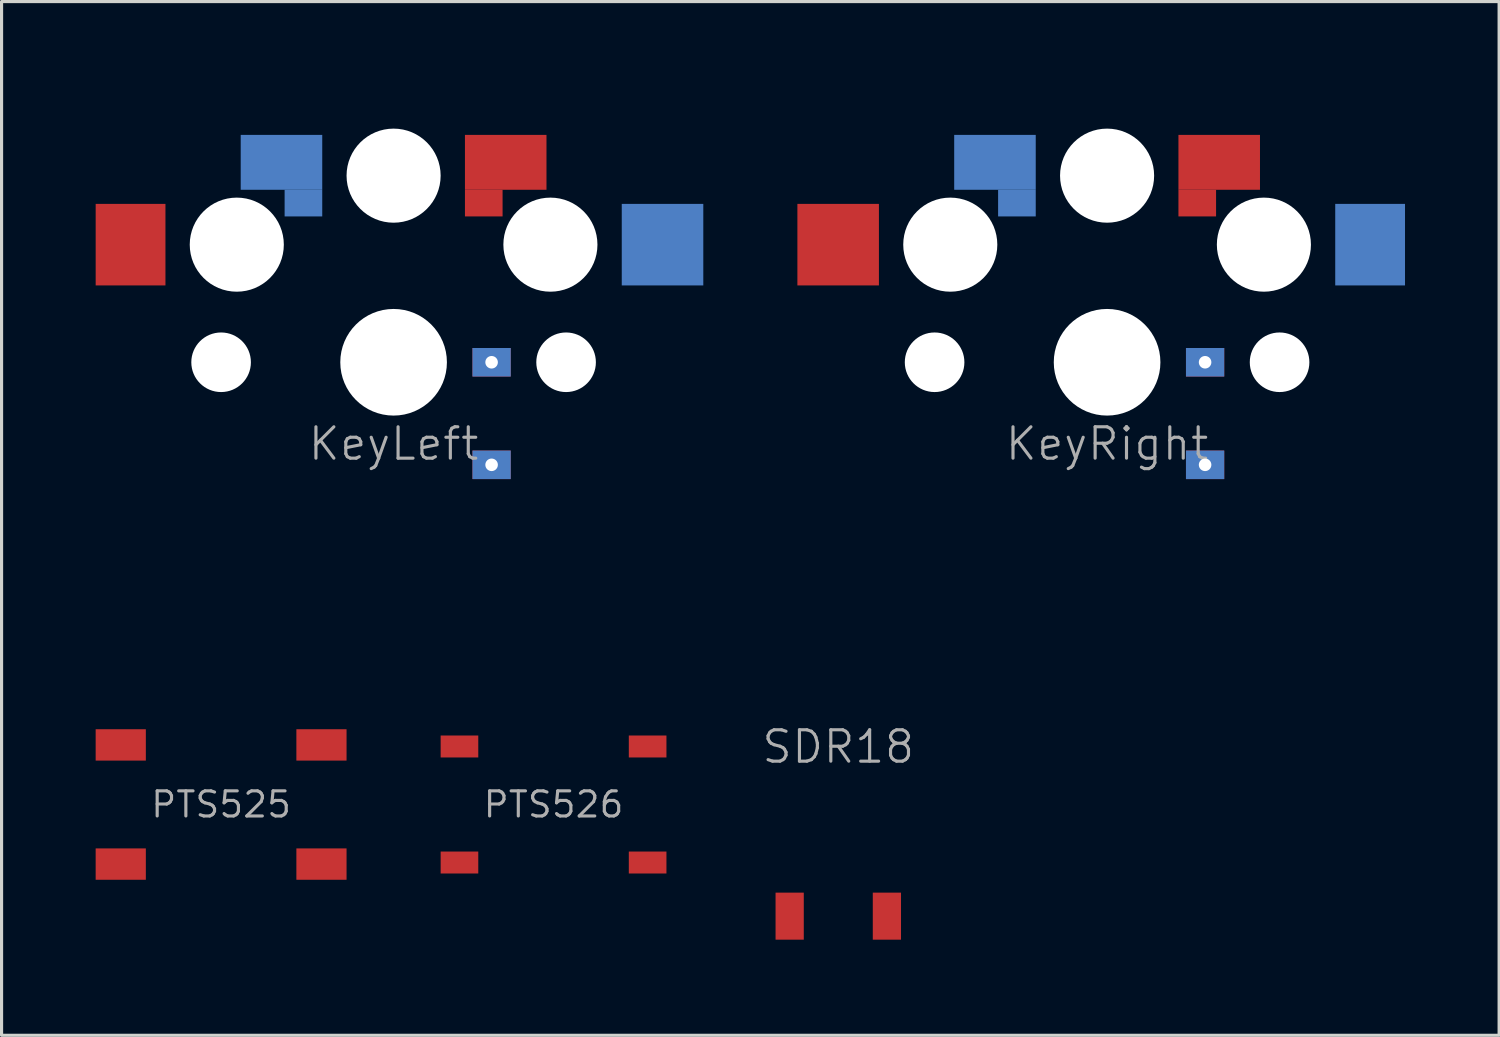
<source format=kicad_pcb>
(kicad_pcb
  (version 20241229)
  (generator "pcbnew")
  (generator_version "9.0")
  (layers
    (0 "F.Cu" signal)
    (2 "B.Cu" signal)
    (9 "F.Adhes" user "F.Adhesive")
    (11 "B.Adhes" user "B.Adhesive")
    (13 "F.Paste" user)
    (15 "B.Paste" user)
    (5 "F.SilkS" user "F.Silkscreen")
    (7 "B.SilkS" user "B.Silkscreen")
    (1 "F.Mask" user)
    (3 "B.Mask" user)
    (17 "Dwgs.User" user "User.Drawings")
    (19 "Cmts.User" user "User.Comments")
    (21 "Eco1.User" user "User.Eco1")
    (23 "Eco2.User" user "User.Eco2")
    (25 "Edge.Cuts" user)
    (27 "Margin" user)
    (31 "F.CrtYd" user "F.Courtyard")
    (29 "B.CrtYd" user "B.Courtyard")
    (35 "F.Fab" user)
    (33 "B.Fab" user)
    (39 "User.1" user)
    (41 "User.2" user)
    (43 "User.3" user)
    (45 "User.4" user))
  (footprint "PTS526"
    (layer "F.Cu")
    (at 14.6 22.602)
    (property "Reference" "PTS526" (at 0 0 0) (unlocked yes) (layer "F.Fab") (effects (font (size 0.8 0.8) (thickness 0.1))))
    (attr smd)
    (fp_rect (start -2.6 -2.6) (end 2.6 2.6) (stroke (width 0.001) (type default)) (fill no) (layer "F.Fab"))
    (pad "1" smd rect (at -3 -1.85) (size 1.2 0.7) (layers "F.Cu" "F.Mask" "F.Paste"))
    (pad "2" smd rect (at 3 -1.85) (size 1.2 0.7) (layers "F.Cu" "F.Mask" "F.Paste"))
    (pad "3" smd rect (at -3 1.85) (size 1.2 0.7) (layers "F.Cu" "F.Mask" "F.Paste"))
    (pad "4" smd rect (at 3 1.85) (size 1.2 0.7) (layers "F.Cu" "F.Mask" "F.Paste")))
  (footprint "SDR18"
    (layer "F.Cu")
    (at 23.679 26.162)
    (property "Reference" "SDR18" (at 0 -5.4 0) (unlocked yes) (layer "F.Fab") (effects (font (size 1 1) (thickness 0.1))))
    (attr smd)
    (fp_rect (start -1.6 -0.8) (end 1.6 0.8) (stroke (width 0.0001) (type default)) (fill no) (layer "F.Fab"))
    (pad "1" smd rect (at -1.55 0) (size 0.9 1.5) (layers "F.Cu" "F.Mask" "F.Paste"))
    (pad "2" smd rect (at 1.55 0) (size 0.9 1.5) (layers "F.Cu" "F.Mask" "F.Paste")))
  (footprint "KeyLeft"
    (layer "F.Cu")
    (at 9.5 8.501)
    (property "Reference" "KeyLeft" (at 0 2.6 0) (unlocked yes) (layer "F.Fab") (effects (font (size 1 1) (thickness 0.1))))
    (attr through_hole)
    (fp_rect (start -9 -8.5) (end 9 8.5) (stroke (width 0.001) (type default)) (fill no) (layer "Dwgs.User"))
    (fp_rect (start -6.9 -6.9) (end 6.9 6.9) (stroke (width 0.001) (type default)) (fill no) (layer "B.Fab"))
    (fp_rect (start 7.275 -8.275) (end -2.275 -1.425) (stroke (width 0.001) (type default)) (fill no) (layer "B.Fab"))
    (fp_rect (start -7.275 -8.275) (end 2.275 -1.425) (stroke (width 0.001) (type default)) (fill no) (layer "F.Fab"))
    (fp_rect (start -6.9 -6.9) (end 6.9 6.9) (stroke (width 0.001) (type default)) (fill no) (layer "F.Fab"))
    (pad "" np_thru_hole circle (at -5.5 0) (size 1.9 1.9) (drill 1.9) (layers "*.Cu" "*.Mask"))
    (pad "" np_thru_hole circle (at -5 -3.75) (size 3 3) (drill 3) (layers "*.Cu" "*.Mask"))
    (pad "" np_thru_hole circle (at 0 -5.95) (size 3 3) (drill 3) (layers "*.Cu" "*.Mask"))
    (pad "" np_thru_hole circle (at 0 0) (size 3.4 3.4) (drill 3.4) (layers "*.Cu" "*.Mask"))
    (pad "" np_thru_hole circle (at 5 -3.75) (size 3 3) (drill 3) (layers "*.Cu" "*.Mask"))
    (pad "" np_thru_hole circle (at 5.5 0) (size 1.9 1.9) (drill 1.9) (layers "*.Cu" "*.Mask"))
    (pad "1" smd rect (at -8.387 -3.75) (size 2.225 2.6) (layers "F.Cu" "F.Mask" "F.Paste"))
    (pad "2" smd rect (at -3.575 -6.375) (size 2.6 1.75) (layers "B.Cu" "B.Mask" "B.Paste"))
    (pad "2" smd rect (at -2.875 -5.075) (size 1.2 0.85) (layers "B.Cu" "B.Mask" "B.Paste"))
    (pad "3" smd rect (at 8.575 -3.75) (size 2.6 2.6) (layers "B.Cu" "B.Mask" "B.Paste"))
    (pad "4" smd rect (at 2.875 -5.075) (size 1.2 0.85) (layers "F.Cu" "F.Mask" "F.Paste"))
    (pad "4" smd rect (at 3.575 -6.375) (size 2.6 1.75) (layers "F.Cu" "F.Mask" "F.Paste"))
    (pad "5" thru_hole rect (at 3.125 0 90) (size 0.91 1.22) (drill 0.4) (layers "*.Cu" "*.Paste" "*.Mask"))
    (pad "6" thru_hole rect (at 3.125 3.27 90) (size 0.91 1.22) (drill 0.4) (layers "*.Cu" "*.Paste" "*.Mask")))
  (footprint "KeyRight"
    (layer "F.Cu")
    (at 32.25 8.501)
    (property "Reference" "KeyRight" (at 0 2.6 0) (unlocked yes) (layer "F.Fab") (effects (font (size 1 1) (thickness 0.1))))
    (attr through_hole)
    (fp_rect (start -9 -8.5) (end 9 8.5) (stroke (width 0.001) (type default)) (fill no) (layer "Dwgs.User"))
    (fp_rect (start -6.9 -6.9) (end 6.9 6.9) (stroke (width 0.001) (type default)) (fill no) (layer "B.Fab"))
    (fp_rect (start 7.275 -8.275) (end -2.275 -1.425) (stroke (width 0.001) (type default)) (fill no) (layer "B.Fab"))
    (fp_rect (start -7.275 -8.275) (end 2.275 -1.425) (stroke (width 0.001) (type default)) (fill no) (layer "F.Fab"))
    (fp_rect (start -6.9 -6.9) (end 6.9 6.9) (stroke (width 0.001) (type default)) (fill no) (layer "F.Fab"))
    (pad "" np_thru_hole circle (at -5.5 0) (size 1.9 1.9) (drill 1.9) (layers "*.Cu" "*.Mask"))
    (pad "" np_thru_hole circle (at -5 -3.75) (size 3 3) (drill 3) (layers "*.Cu" "*.Mask"))
    (pad "" np_thru_hole circle (at 0 -5.95) (size 3 3) (drill 3) (layers "*.Cu" "*.Mask"))
    (pad "" np_thru_hole circle (at 0 0) (size 3.4 3.4) (drill 3.4) (layers "*.Cu" "*.Mask"))
    (pad "" np_thru_hole circle (at 5 -3.75) (size 3 3) (drill 3) (layers "*.Cu" "*.Mask"))
    (pad "" np_thru_hole circle (at 5.5 0) (size 1.9 1.9) (drill 1.9) (layers "*.Cu" "*.Mask"))
    (pad "1" smd rect (at -8.575 -3.75) (size 2.6 2.6) (layers "F.Cu" "F.Mask" "F.Paste"))
    (pad "2" smd rect (at -3.575 -6.375) (size 2.6 1.75) (layers "B.Cu" "B.Mask" "B.Paste"))
    (pad "2" smd rect (at -2.875 -5.075) (size 1.2 0.85) (layers "B.Cu" "B.Mask" "B.Paste"))
    (pad "3" smd rect (at 8.387 -3.75) (size 2.225 2.6) (layers "B.Cu" "B.Mask" "B.Paste"))
    (pad "4" smd rect (at 2.875 -5.075) (size 1.2 0.85) (layers "F.Cu" "F.Mask" "F.Paste"))
    (pad "4" smd rect (at 3.575 -6.375) (size 2.6 1.75) (layers "F.Cu" "F.Mask" "F.Paste"))
    (pad "5" thru_hole rect (at 3.125 0 90) (size 0.91 1.22) (drill 0.4) (layers "*.Cu" "*.Paste" "*.Mask"))
    (pad "6" thru_hole rect (at 3.125 3.27 90) (size 0.91 1.22) (drill 0.4) (layers "*.Cu" "*.Paste" "*.Mask")))
  (footprint "PTS525"
    (layer "F.Cu")
    (at 4 22.602)
    (property "Reference" "PTS525" (at 0 0 0) (unlocked yes) (layer "F.Fab") (effects (font (size 0.8 0.8) (thickness 0.1))))
    (attr smd)
    (fp_rect (start -2.6 -2.6) (end 2.6 2.6) (stroke (width 0.001) (type default)) (fill no) (layer "F.Fab"))
    (pad "1" smd rect (at -3.2 -1.9) (size 1.6 1) (layers "F.Cu" "F.Mask" "F.Paste"))
    (pad "2" smd rect (at 3.2 -1.9) (size 1.6 1) (layers "F.Cu" "F.Mask" "F.Paste"))
    (pad "3" smd rect (at -3.2 1.9) (size 1.6 1) (layers "F.Cu" "F.Mask" "F.Paste"))
    (pad "4" smd rect (at 3.2 1.9) (size 1.6 1) (layers "F.Cu" "F.Mask" "F.Paste")))
  (gr_rect
    (start -3 -3)
    (end 44.75 29.962)
    (stroke (width 0.1) (type default))
    (fill no)
    (layer "Edge.Cuts")))
</source>
